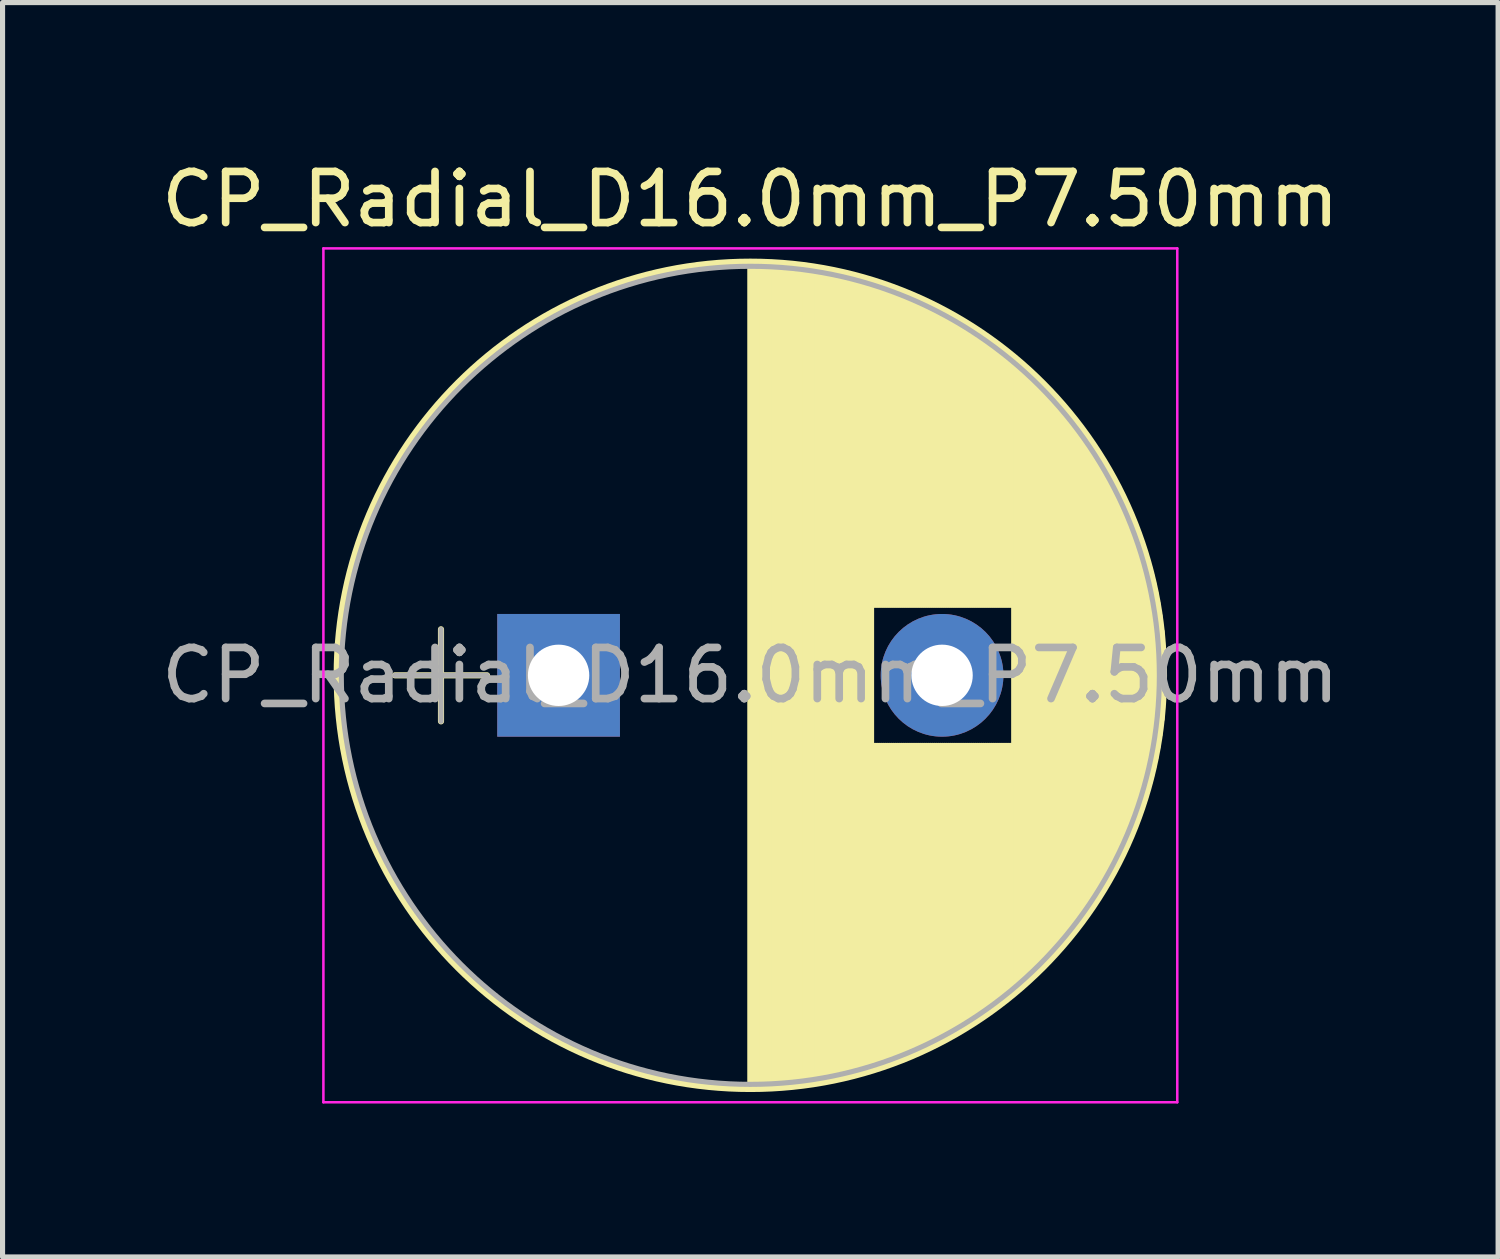
<source format=kicad_pcb>
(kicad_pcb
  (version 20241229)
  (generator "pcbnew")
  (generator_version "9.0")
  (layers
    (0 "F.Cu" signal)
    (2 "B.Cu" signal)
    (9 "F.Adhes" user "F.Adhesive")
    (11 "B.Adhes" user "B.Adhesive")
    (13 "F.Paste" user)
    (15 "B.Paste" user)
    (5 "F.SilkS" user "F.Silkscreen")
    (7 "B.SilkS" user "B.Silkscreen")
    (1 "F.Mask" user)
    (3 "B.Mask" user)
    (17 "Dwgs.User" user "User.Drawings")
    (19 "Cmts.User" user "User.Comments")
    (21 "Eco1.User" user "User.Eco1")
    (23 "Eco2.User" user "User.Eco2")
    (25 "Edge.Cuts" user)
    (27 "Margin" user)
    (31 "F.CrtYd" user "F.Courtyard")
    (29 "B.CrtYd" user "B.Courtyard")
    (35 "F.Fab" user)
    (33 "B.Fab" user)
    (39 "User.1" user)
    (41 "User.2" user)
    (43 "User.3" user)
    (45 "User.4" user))
  (footprint "CP_Radial_D16.0mm_P7.50mm"
    (layer "F.Cu")
    (at 7.875 10.158)
    (property "Reference" "CP_Radial_D16.0mm_P7.50mm" (at 3.75 -9.31 0) (layer "F.SilkS") (effects (font (size 1 1) (thickness 0.15))))
    (attr through_hole)
    (fp_line (start -3.2 0) (end -1.4 0) (stroke (width 0.12) (type solid)) (layer "F.SilkS"))
    (fp_line (start -2.3 -0.9) (end -2.3 0.9) (stroke (width 0.12) (type solid)) (layer "F.SilkS"))
    (fp_line (start 3.75 -8.051) (end 3.75 8.051) (stroke (width 0.12) (type solid)) (layer "F.SilkS"))
    (fp_line (start 3.79 -8.05) (end 3.79 8.05) (stroke (width 0.12) (type solid)) (layer "F.SilkS"))
    (fp_line (start 3.83 -8.05) (end 3.83 8.05) (stroke (width 0.12) (type solid)) (layer "F.SilkS"))
    (fp_line (start 3.87 -8.05) (end 3.87 8.05) (stroke (width 0.12) (type solid)) (layer "F.SilkS"))
    (fp_line (start 3.91 -8.049) (end 3.91 8.049) (stroke (width 0.12) (type solid)) (layer "F.SilkS"))
    (fp_line (start 3.95 -8.048) (end 3.95 8.048) (stroke (width 0.12) (type solid)) (layer "F.SilkS"))
    (fp_line (start 3.99 -8.047) (end 3.99 8.047) (stroke (width 0.12) (type solid)) (layer "F.SilkS"))
    (fp_line (start 4.03 -8.046) (end 4.03 8.046) (stroke (width 0.12) (type solid)) (layer "F.SilkS"))
    (fp_line (start 4.07 -8.044) (end 4.07 8.044) (stroke (width 0.12) (type solid)) (layer "F.SilkS"))
    (fp_line (start 4.11 -8.042) (end 4.11 8.042) (stroke (width 0.12) (type solid)) (layer "F.SilkS"))
    (fp_line (start 4.15 -8.041) (end 4.15 8.041) (stroke (width 0.12) (type solid)) (layer "F.SilkS"))
    (fp_line (start 4.19 -8.039) (end 4.19 8.039) (stroke (width 0.12) (type solid)) (layer "F.SilkS"))
    (fp_line (start 4.23 -8.036) (end 4.23 8.036) (stroke (width 0.12) (type solid)) (layer "F.SilkS"))
    (fp_line (start 4.27 -8.034) (end 4.27 8.034) (stroke (width 0.12) (type solid)) (layer "F.SilkS"))
    (fp_line (start 4.31 -8.031) (end 4.31 8.031) (stroke (width 0.12) (type solid)) (layer "F.SilkS"))
    (fp_line (start 4.35 -8.028) (end 4.35 8.028) (stroke (width 0.12) (type solid)) (layer "F.SilkS"))
    (fp_line (start 4.39 -8.025) (end 4.39 8.025) (stroke (width 0.12) (type solid)) (layer "F.SilkS"))
    (fp_line (start 4.43 -8.022) (end 4.43 8.022) (stroke (width 0.12) (type solid)) (layer "F.SilkS"))
    (fp_line (start 4.471 -8.018) (end 4.471 8.018) (stroke (width 0.12) (type solid)) (layer "F.SilkS"))
    (fp_line (start 4.511 -8.015) (end 4.511 8.015) (stroke (width 0.12) (type solid)) (layer "F.SilkS"))
    (fp_line (start 4.551 -8.011) (end 4.551 8.011) (stroke (width 0.12) (type solid)) (layer "F.SilkS"))
    (fp_line (start 4.591 -8.007) (end 4.591 8.007) (stroke (width 0.12) (type solid)) (layer "F.SilkS"))
    (fp_line (start 4.631 -8.002) (end 4.631 8.002) (stroke (width 0.12) (type solid)) (layer "F.SilkS"))
    (fp_line (start 4.671 -7.998) (end 4.671 7.998) (stroke (width 0.12) (type solid)) (layer "F.SilkS"))
    (fp_line (start 4.711 -7.993) (end 4.711 7.993) (stroke (width 0.12) (type solid)) (layer "F.SilkS"))
    (fp_line (start 4.751 -7.988) (end 4.751 7.988) (stroke (width 0.12) (type solid)) (layer "F.SilkS"))
    (fp_line (start 4.791 -7.983) (end 4.791 7.983) (stroke (width 0.12) (type solid)) (layer "F.SilkS"))
    (fp_line (start 4.831 -7.978) (end 4.831 7.978) (stroke (width 0.12) (type solid)) (layer "F.SilkS"))
    (fp_line (start 4.871 -7.973) (end 4.871 7.973) (stroke (width 0.12) (type solid)) (layer "F.SilkS"))
    (fp_line (start 4.911 -7.967) (end 4.911 7.967) (stroke (width 0.12) (type solid)) (layer "F.SilkS"))
    (fp_line (start 4.951 -7.961) (end 4.951 7.961) (stroke (width 0.12) (type solid)) (layer "F.SilkS"))
    (fp_line (start 4.991 -7.955) (end 4.991 7.955) (stroke (width 0.12) (type solid)) (layer "F.SilkS"))
    (fp_line (start 5.031 -7.949) (end 5.031 7.949) (stroke (width 0.12) (type solid)) (layer "F.SilkS"))
    (fp_line (start 5.071 -7.942) (end 5.071 7.942) (stroke (width 0.12) (type solid)) (layer "F.SilkS"))
    (fp_line (start 5.111 -7.935) (end 5.111 7.935) (stroke (width 0.12) (type solid)) (layer "F.SilkS"))
    (fp_line (start 5.151 -7.928) (end 5.151 7.928) (stroke (width 0.12) (type solid)) (layer "F.SilkS"))
    (fp_line (start 5.191 -7.921) (end 5.191 7.921) (stroke (width 0.12) (type solid)) (layer "F.SilkS"))
    (fp_line (start 5.231 -7.914) (end 5.231 7.914) (stroke (width 0.12) (type solid)) (layer "F.SilkS"))
    (fp_line (start 5.271 -7.906) (end 5.271 7.906) (stroke (width 0.12) (type solid)) (layer "F.SilkS"))
    (fp_line (start 5.311 -7.899) (end 5.311 7.899) (stroke (width 0.12) (type solid)) (layer "F.SilkS"))
    (fp_line (start 5.351 -7.891) (end 5.351 7.891) (stroke (width 0.12) (type solid)) (layer "F.SilkS"))
    (fp_line (start 5.391 -7.883) (end 5.391 7.883) (stroke (width 0.12) (type solid)) (layer "F.SilkS"))
    (fp_line (start 5.431 -7.874) (end 5.431 7.874) (stroke (width 0.12) (type solid)) (layer "F.SilkS"))
    (fp_line (start 5.471 -7.866) (end 5.471 7.866) (stroke (width 0.12) (type solid)) (layer "F.SilkS"))
    (fp_line (start 5.511 -7.857) (end 5.511 7.857) (stroke (width 0.12) (type solid)) (layer "F.SilkS"))
    (fp_line (start 5.551 -7.848) (end 5.551 7.848) (stroke (width 0.12) (type solid)) (layer "F.SilkS"))
    (fp_line (start 5.591 -7.838) (end 5.591 7.838) (stroke (width 0.12) (type solid)) (layer "F.SilkS"))
    (fp_line (start 5.631 -7.829) (end 5.631 7.829) (stroke (width 0.12) (type solid)) (layer "F.SilkS"))
    (fp_line (start 5.671 -7.819) (end 5.671 7.819) (stroke (width 0.12) (type solid)) (layer "F.SilkS"))
    (fp_line (start 5.711 -7.809) (end 5.711 7.809) (stroke (width 0.12) (type solid)) (layer "F.SilkS"))
    (fp_line (start 5.751 -7.799) (end 5.751 7.799) (stroke (width 0.12) (type solid)) (layer "F.SilkS"))
    (fp_line (start 5.791 -7.789) (end 5.791 7.789) (stroke (width 0.12) (type solid)) (layer "F.SilkS"))
    (fp_line (start 5.831 -7.779) (end 5.831 7.779) (stroke (width 0.12) (type solid)) (layer "F.SilkS"))
    (fp_line (start 5.871 -7.768) (end 5.871 7.768) (stroke (width 0.12) (type solid)) (layer "F.SilkS"))
    (fp_line (start 5.911 -7.757) (end 5.911 7.757) (stroke (width 0.12) (type solid)) (layer "F.SilkS"))
    (fp_line (start 5.951 -7.746) (end 5.951 7.746) (stroke (width 0.12) (type solid)) (layer "F.SilkS"))
    (fp_line (start 5.991 -7.734) (end 5.991 7.734) (stroke (width 0.12) (type solid)) (layer "F.SilkS"))
    (fp_line (start 6.031 -7.723) (end 6.031 7.723) (stroke (width 0.12) (type solid)) (layer "F.SilkS"))
    (fp_line (start 6.071 -7.711) (end 6.071 7.711) (stroke (width 0.12) (type solid)) (layer "F.SilkS"))
    (fp_line (start 6.111 -7.699) (end 6.111 7.699) (stroke (width 0.12) (type solid)) (layer "F.SilkS"))
    (fp_line (start 6.151 -7.686) (end 6.151 -1.38) (stroke (width 0.12) (type solid)) (layer "F.SilkS"))
    (fp_line (start 6.151 1.38) (end 6.151 7.686) (stroke (width 0.12) (type solid)) (layer "F.SilkS"))
    (fp_line (start 6.191 -7.674) (end 6.191 -1.38) (stroke (width 0.12) (type solid)) (layer "F.SilkS"))
    (fp_line (start 6.191 1.38) (end 6.191 7.674) (stroke (width 0.12) (type solid)) (layer "F.SilkS"))
    (fp_line (start 6.231 -7.661) (end 6.231 -1.38) (stroke (width 0.12) (type solid)) (layer "F.SilkS"))
    (fp_line (start 6.231 1.38) (end 6.231 7.661) (stroke (width 0.12) (type solid)) (layer "F.SilkS"))
    (fp_line (start 6.271 -7.648) (end 6.271 -1.38) (stroke (width 0.12) (type solid)) (layer "F.SilkS"))
    (fp_line (start 6.271 1.38) (end 6.271 7.648) (stroke (width 0.12) (type solid)) (layer "F.SilkS"))
    (fp_line (start 6.311 -7.635) (end 6.311 -1.38) (stroke (width 0.12) (type solid)) (layer "F.SilkS"))
    (fp_line (start 6.311 1.38) (end 6.311 7.635) (stroke (width 0.12) (type solid)) (layer "F.SilkS"))
    (fp_line (start 6.351 -7.621) (end 6.351 -1.38) (stroke (width 0.12) (type solid)) (layer "F.SilkS"))
    (fp_line (start 6.351 1.38) (end 6.351 7.621) (stroke (width 0.12) (type solid)) (layer "F.SilkS"))
    (fp_line (start 6.391 -7.608) (end 6.391 -1.38) (stroke (width 0.12) (type solid)) (layer "F.SilkS"))
    (fp_line (start 6.391 1.38) (end 6.391 7.608) (stroke (width 0.12) (type solid)) (layer "F.SilkS"))
    (fp_line (start 6.431 -7.594) (end 6.431 -1.38) (stroke (width 0.12) (type solid)) (layer "F.SilkS"))
    (fp_line (start 6.431 1.38) (end 6.431 7.594) (stroke (width 0.12) (type solid)) (layer "F.SilkS"))
    (fp_line (start 6.471 -7.58) (end 6.471 -1.38) (stroke (width 0.12) (type solid)) (layer "F.SilkS"))
    (fp_line (start 6.471 1.38) (end 6.471 7.58) (stroke (width 0.12) (type solid)) (layer "F.SilkS"))
    (fp_line (start 6.511 -7.565) (end 6.511 -1.38) (stroke (width 0.12) (type solid)) (layer "F.SilkS"))
    (fp_line (start 6.511 1.38) (end 6.511 7.565) (stroke (width 0.12) (type solid)) (layer "F.SilkS"))
    (fp_line (start 6.551 -7.55) (end 6.551 -1.38) (stroke (width 0.12) (type solid)) (layer "F.SilkS"))
    (fp_line (start 6.551 1.38) (end 6.551 7.55) (stroke (width 0.12) (type solid)) (layer "F.SilkS"))
    (fp_line (start 6.591 -7.536) (end 6.591 -1.38) (stroke (width 0.12) (type solid)) (layer "F.SilkS"))
    (fp_line (start 6.591 1.38) (end 6.591 7.536) (stroke (width 0.12) (type solid)) (layer "F.SilkS"))
    (fp_line (start 6.631 -7.521) (end 6.631 -1.38) (stroke (width 0.12) (type solid)) (layer "F.SilkS"))
    (fp_line (start 6.631 1.38) (end 6.631 7.521) (stroke (width 0.12) (type solid)) (layer "F.SilkS"))
    (fp_line (start 6.671 -7.505) (end 6.671 -1.38) (stroke (width 0.12) (type solid)) (layer "F.SilkS"))
    (fp_line (start 6.671 1.38) (end 6.671 7.505) (stroke (width 0.12) (type solid)) (layer "F.SilkS"))
    (fp_line (start 6.711 -7.49) (end 6.711 -1.38) (stroke (width 0.12) (type solid)) (layer "F.SilkS"))
    (fp_line (start 6.711 1.38) (end 6.711 7.49) (stroke (width 0.12) (type solid)) (layer "F.SilkS"))
    (fp_line (start 6.751 -7.474) (end 6.751 -1.38) (stroke (width 0.12) (type solid)) (layer "F.SilkS"))
    (fp_line (start 6.751 1.38) (end 6.751 7.474) (stroke (width 0.12) (type solid)) (layer "F.SilkS"))
    (fp_line (start 6.791 -7.458) (end 6.791 -1.38) (stroke (width 0.12) (type solid)) (layer "F.SilkS"))
    (fp_line (start 6.791 1.38) (end 6.791 7.458) (stroke (width 0.12) (type solid)) (layer "F.SilkS"))
    (fp_line (start 6.831 -7.441) (end 6.831 -1.38) (stroke (width 0.12) (type solid)) (layer "F.SilkS"))
    (fp_line (start 6.831 1.38) (end 6.831 7.441) (stroke (width 0.12) (type solid)) (layer "F.SilkS"))
    (fp_line (start 6.871 -7.425) (end 6.871 -1.38) (stroke (width 0.12) (type solid)) (layer "F.SilkS"))
    (fp_line (start 6.871 1.38) (end 6.871 7.425) (stroke (width 0.12) (type solid)) (layer "F.SilkS"))
    (fp_line (start 6.911 -7.408) (end 6.911 -1.38) (stroke (width 0.12) (type solid)) (layer "F.SilkS"))
    (fp_line (start 6.911 1.38) (end 6.911 7.408) (stroke (width 0.12) (type solid)) (layer "F.SilkS"))
    (fp_line (start 6.951 -7.391) (end 6.951 -1.38) (stroke (width 0.12) (type solid)) (layer "F.SilkS"))
    (fp_line (start 6.951 1.38) (end 6.951 7.391) (stroke (width 0.12) (type solid)) (layer "F.SilkS"))
    (fp_line (start 6.991 -7.373) (end 6.991 -1.38) (stroke (width 0.12) (type solid)) (layer "F.SilkS"))
    (fp_line (start 6.991 1.38) (end 6.991 7.373) (stroke (width 0.12) (type solid)) (layer "F.SilkS"))
    (fp_line (start 7.031 -7.356) (end 7.031 -1.38) (stroke (width 0.12) (type solid)) (layer "F.SilkS"))
    (fp_line (start 7.031 1.38) (end 7.031 7.356) (stroke (width 0.12) (type solid)) (layer "F.SilkS"))
    (fp_line (start 7.071 -7.338) (end 7.071 -1.38) (stroke (width 0.12) (type solid)) (layer "F.SilkS"))
    (fp_line (start 7.071 1.38) (end 7.071 7.338) (stroke (width 0.12) (type solid)) (layer "F.SilkS"))
    (fp_line (start 7.111 -7.32) (end 7.111 -1.38) (stroke (width 0.12) (type solid)) (layer "F.SilkS"))
    (fp_line (start 7.111 1.38) (end 7.111 7.32) (stroke (width 0.12) (type solid)) (layer "F.SilkS"))
    (fp_line (start 7.151 -7.301) (end 7.151 -1.38) (stroke (width 0.12) (type solid)) (layer "F.SilkS"))
    (fp_line (start 7.151 1.38) (end 7.151 7.301) (stroke (width 0.12) (type solid)) (layer "F.SilkS"))
    (fp_line (start 7.191 -7.283) (end 7.191 -1.38) (stroke (width 0.12) (type solid)) (layer "F.SilkS"))
    (fp_line (start 7.191 1.38) (end 7.191 7.283) (stroke (width 0.12) (type solid)) (layer "F.SilkS"))
    (fp_line (start 7.231 -7.264) (end 7.231 -1.38) (stroke (width 0.12) (type solid)) (layer "F.SilkS"))
    (fp_line (start 7.231 1.38) (end 7.231 7.264) (stroke (width 0.12) (type solid)) (layer "F.SilkS"))
    (fp_line (start 7.271 -7.245) (end 7.271 -1.38) (stroke (width 0.12) (type solid)) (layer "F.SilkS"))
    (fp_line (start 7.271 1.38) (end 7.271 7.245) (stroke (width 0.12) (type solid)) (layer "F.SilkS"))
    (fp_line (start 7.311 -7.225) (end 7.311 -1.38) (stroke (width 0.12) (type solid)) (layer "F.SilkS"))
    (fp_line (start 7.311 1.38) (end 7.311 7.225) (stroke (width 0.12) (type solid)) (layer "F.SilkS"))
    (fp_line (start 7.351 -7.205) (end 7.351 -1.38) (stroke (width 0.12) (type solid)) (layer "F.SilkS"))
    (fp_line (start 7.351 1.38) (end 7.351 7.205) (stroke (width 0.12) (type solid)) (layer "F.SilkS"))
    (fp_line (start 7.391 -7.185) (end 7.391 -1.38) (stroke (width 0.12) (type solid)) (layer "F.SilkS"))
    (fp_line (start 7.391 1.38) (end 7.391 7.185) (stroke (width 0.12) (type solid)) (layer "F.SilkS"))
    (fp_line (start 7.431 -7.165) (end 7.431 -1.38) (stroke (width 0.12) (type solid)) (layer "F.SilkS"))
    (fp_line (start 7.431 1.38) (end 7.431 7.165) (stroke (width 0.12) (type solid)) (layer "F.SilkS"))
    (fp_line (start 7.471 -7.144) (end 7.471 -1.38) (stroke (width 0.12) (type solid)) (layer "F.SilkS"))
    (fp_line (start 7.471 1.38) (end 7.471 7.144) (stroke (width 0.12) (type solid)) (layer "F.SilkS"))
    (fp_line (start 7.511 -7.124) (end 7.511 -1.38) (stroke (width 0.12) (type solid)) (layer "F.SilkS"))
    (fp_line (start 7.511 1.38) (end 7.511 7.124) (stroke (width 0.12) (type solid)) (layer "F.SilkS"))
    (fp_line (start 7.551 -7.102) (end 7.551 -1.38) (stroke (width 0.12) (type solid)) (layer "F.SilkS"))
    (fp_line (start 7.551 1.38) (end 7.551 7.102) (stroke (width 0.12) (type solid)) (layer "F.SilkS"))
    (fp_line (start 7.591 -7.081) (end 7.591 -1.38) (stroke (width 0.12) (type solid)) (layer "F.SilkS"))
    (fp_line (start 7.591 1.38) (end 7.591 7.081) (stroke (width 0.12) (type solid)) (layer "F.SilkS"))
    (fp_line (start 7.631 -7.059) (end 7.631 -1.38) (stroke (width 0.12) (type solid)) (layer "F.SilkS"))
    (fp_line (start 7.631 1.38) (end 7.631 7.059) (stroke (width 0.12) (type solid)) (layer "F.SilkS"))
    (fp_line (start 7.671 -7.037) (end 7.671 -1.38) (stroke (width 0.12) (type solid)) (layer "F.SilkS"))
    (fp_line (start 7.671 1.38) (end 7.671 7.037) (stroke (width 0.12) (type solid)) (layer "F.SilkS"))
    (fp_line (start 7.711 -7.015) (end 7.711 -1.38) (stroke (width 0.12) (type solid)) (layer "F.SilkS"))
    (fp_line (start 7.711 1.38) (end 7.711 7.015) (stroke (width 0.12) (type solid)) (layer "F.SilkS"))
    (fp_line (start 7.751 -6.992) (end 7.751 -1.38) (stroke (width 0.12) (type solid)) (layer "F.SilkS"))
    (fp_line (start 7.751 1.38) (end 7.751 6.992) (stroke (width 0.12) (type solid)) (layer "F.SilkS"))
    (fp_line (start 7.791 -6.97) (end 7.791 -1.38) (stroke (width 0.12) (type solid)) (layer "F.SilkS"))
    (fp_line (start 7.791 1.38) (end 7.791 6.97) (stroke (width 0.12) (type solid)) (layer "F.SilkS"))
    (fp_line (start 7.831 -6.946) (end 7.831 -1.38) (stroke (width 0.12) (type solid)) (layer "F.SilkS"))
    (fp_line (start 7.831 1.38) (end 7.831 6.946) (stroke (width 0.12) (type solid)) (layer "F.SilkS"))
    (fp_line (start 7.871 -6.923) (end 7.871 -1.38) (stroke (width 0.12) (type solid)) (layer "F.SilkS"))
    (fp_line (start 7.871 1.38) (end 7.871 6.923) (stroke (width 0.12) (type solid)) (layer "F.SilkS"))
    (fp_line (start 7.911 -6.899) (end 7.911 -1.38) (stroke (width 0.12) (type solid)) (layer "F.SilkS"))
    (fp_line (start 7.911 1.38) (end 7.911 6.899) (stroke (width 0.12) (type solid)) (layer "F.SilkS"))
    (fp_line (start 7.951 -6.875) (end 7.951 -1.38) (stroke (width 0.12) (type solid)) (layer "F.SilkS"))
    (fp_line (start 7.951 1.38) (end 7.951 6.875) (stroke (width 0.12) (type solid)) (layer "F.SilkS"))
    (fp_line (start 7.991 -6.85) (end 7.991 -1.38) (stroke (width 0.12) (type solid)) (layer "F.SilkS"))
    (fp_line (start 7.991 1.38) (end 7.991 6.85) (stroke (width 0.12) (type solid)) (layer "F.SilkS"))
    (fp_line (start 8.031 -6.826) (end 8.031 -1.38) (stroke (width 0.12) (type solid)) (layer "F.SilkS"))
    (fp_line (start 8.031 1.38) (end 8.031 6.826) (stroke (width 0.12) (type solid)) (layer "F.SilkS"))
    (fp_line (start 8.071 -6.801) (end 8.071 -1.38) (stroke (width 0.12) (type solid)) (layer "F.SilkS"))
    (fp_line (start 8.071 1.38) (end 8.071 6.801) (stroke (width 0.12) (type solid)) (layer "F.SilkS"))
    (fp_line (start 8.111 -6.775) (end 8.111 -1.38) (stroke (width 0.12) (type solid)) (layer "F.SilkS"))
    (fp_line (start 8.111 1.38) (end 8.111 6.775) (stroke (width 0.12) (type solid)) (layer "F.SilkS"))
    (fp_line (start 8.151 -6.749) (end 8.151 -1.38) (stroke (width 0.12) (type solid)) (layer "F.SilkS"))
    (fp_line (start 8.151 1.38) (end 8.151 6.749) (stroke (width 0.12) (type solid)) (layer "F.SilkS"))
    (fp_line (start 8.191 -6.723) (end 8.191 -1.38) (stroke (width 0.12) (type solid)) (layer "F.SilkS"))
    (fp_line (start 8.191 1.38) (end 8.191 6.723) (stroke (width 0.12) (type solid)) (layer "F.SilkS"))
    (fp_line (start 8.231 -6.697) (end 8.231 -1.38) (stroke (width 0.12) (type solid)) (layer "F.SilkS"))
    (fp_line (start 8.231 1.38) (end 8.231 6.697) (stroke (width 0.12) (type solid)) (layer "F.SilkS"))
    (fp_line (start 8.271 -6.67) (end 8.271 -1.38) (stroke (width 0.12) (type solid)) (layer "F.SilkS"))
    (fp_line (start 8.271 1.38) (end 8.271 6.67) (stroke (width 0.12) (type solid)) (layer "F.SilkS"))
    (fp_line (start 8.311 -6.643) (end 8.311 -1.38) (stroke (width 0.12) (type solid)) (layer "F.SilkS"))
    (fp_line (start 8.311 1.38) (end 8.311 6.643) (stroke (width 0.12) (type solid)) (layer "F.SilkS"))
    (fp_line (start 8.351 -6.615) (end 8.351 -1.38) (stroke (width 0.12) (type solid)) (layer "F.SilkS"))
    (fp_line (start 8.351 1.38) (end 8.351 6.615) (stroke (width 0.12) (type solid)) (layer "F.SilkS"))
    (fp_line (start 8.391 -6.588) (end 8.391 -1.38) (stroke (width 0.12) (type solid)) (layer "F.SilkS"))
    (fp_line (start 8.391 1.38) (end 8.391 6.588) (stroke (width 0.12) (type solid)) (layer "F.SilkS"))
    (fp_line (start 8.431 -6.559) (end 8.431 -1.38) (stroke (width 0.12) (type solid)) (layer "F.SilkS"))
    (fp_line (start 8.431 1.38) (end 8.431 6.559) (stroke (width 0.12) (type solid)) (layer "F.SilkS"))
    (fp_line (start 8.471 -6.531) (end 8.471 -1.38) (stroke (width 0.12) (type solid)) (layer "F.SilkS"))
    (fp_line (start 8.471 1.38) (end 8.471 6.531) (stroke (width 0.12) (type solid)) (layer "F.SilkS"))
    (fp_line (start 8.511 -6.502) (end 8.511 -1.38) (stroke (width 0.12) (type solid)) (layer "F.SilkS"))
    (fp_line (start 8.511 1.38) (end 8.511 6.502) (stroke (width 0.12) (type solid)) (layer "F.SilkS"))
    (fp_line (start 8.551 -6.473) (end 8.551 -1.38) (stroke (width 0.12) (type solid)) (layer "F.SilkS"))
    (fp_line (start 8.551 1.38) (end 8.551 6.473) (stroke (width 0.12) (type solid)) (layer "F.SilkS"))
    (fp_line (start 8.591 -6.443) (end 8.591 -1.38) (stroke (width 0.12) (type solid)) (layer "F.SilkS"))
    (fp_line (start 8.591 1.38) (end 8.591 6.443) (stroke (width 0.12) (type solid)) (layer "F.SilkS"))
    (fp_line (start 8.631 -6.413) (end 8.631 -1.38) (stroke (width 0.12) (type solid)) (layer "F.SilkS"))
    (fp_line (start 8.631 1.38) (end 8.631 6.413) (stroke (width 0.12) (type solid)) (layer "F.SilkS"))
    (fp_line (start 8.671 -6.382) (end 8.671 -1.38) (stroke (width 0.12) (type solid)) (layer "F.SilkS"))
    (fp_line (start 8.671 1.38) (end 8.671 6.382) (stroke (width 0.12) (type solid)) (layer "F.SilkS"))
    (fp_line (start 8.711 -6.352) (end 8.711 -1.38) (stroke (width 0.12) (type solid)) (layer "F.SilkS"))
    (fp_line (start 8.711 1.38) (end 8.711 6.352) (stroke (width 0.12) (type solid)) (layer "F.SilkS"))
    (fp_line (start 8.751 -6.32) (end 8.751 -1.38) (stroke (width 0.12) (type solid)) (layer "F.SilkS"))
    (fp_line (start 8.751 1.38) (end 8.751 6.32) (stroke (width 0.12) (type solid)) (layer "F.SilkS"))
    (fp_line (start 8.791 -6.289) (end 8.791 -1.38) (stroke (width 0.12) (type solid)) (layer "F.SilkS"))
    (fp_line (start 8.791 1.38) (end 8.791 6.289) (stroke (width 0.12) (type solid)) (layer "F.SilkS"))
    (fp_line (start 8.831 -6.257) (end 8.831 -1.38) (stroke (width 0.12) (type solid)) (layer "F.SilkS"))
    (fp_line (start 8.831 1.38) (end 8.831 6.257) (stroke (width 0.12) (type solid)) (layer "F.SilkS"))
    (fp_line (start 8.871 -6.224) (end 8.871 -1.38) (stroke (width 0.12) (type solid)) (layer "F.SilkS"))
    (fp_line (start 8.871 1.38) (end 8.871 6.224) (stroke (width 0.12) (type solid)) (layer "F.SilkS"))
    (fp_line (start 8.911 -6.191) (end 8.911 6.191) (stroke (width 0.12) (type solid)) (layer "F.SilkS"))
    (fp_line (start 8.951 -6.158) (end 8.951 6.158) (stroke (width 0.12) (type solid)) (layer "F.SilkS"))
    (fp_line (start 8.991 -6.124) (end 8.991 6.124) (stroke (width 0.12) (type solid)) (layer "F.SilkS"))
    (fp_line (start 9.031 -6.09) (end 9.031 6.09) (stroke (width 0.12) (type solid)) (layer "F.SilkS"))
    (fp_line (start 9.071 -6.055) (end 9.071 6.055) (stroke (width 0.12) (type solid)) (layer "F.SilkS"))
    (fp_line (start 9.111 -6.02) (end 9.111 6.02) (stroke (width 0.12) (type solid)) (layer "F.SilkS"))
    (fp_line (start 9.151 -5.984) (end 9.151 5.984) (stroke (width 0.12) (type solid)) (layer "F.SilkS"))
    (fp_line (start 9.191 -5.948) (end 9.191 5.948) (stroke (width 0.12) (type solid)) (layer "F.SilkS"))
    (fp_line (start 9.231 -5.912) (end 9.231 5.912) (stroke (width 0.12) (type solid)) (layer "F.SilkS"))
    (fp_line (start 9.271 -5.875) (end 9.271 5.875) (stroke (width 0.12) (type solid)) (layer "F.SilkS"))
    (fp_line (start 9.311 -5.837) (end 9.311 5.837) (stroke (width 0.12) (type solid)) (layer "F.SilkS"))
    (fp_line (start 9.351 -5.799) (end 9.351 5.799) (stroke (width 0.12) (type solid)) (layer "F.SilkS"))
    (fp_line (start 9.391 -5.76) (end 9.391 5.76) (stroke (width 0.12) (type solid)) (layer "F.SilkS"))
    (fp_line (start 9.431 -5.721) (end 9.431 5.721) (stroke (width 0.12) (type solid)) (layer "F.SilkS"))
    (fp_line (start 9.471 -5.681) (end 9.471 5.681) (stroke (width 0.12) (type solid)) (layer "F.SilkS"))
    (fp_line (start 9.511 -5.641) (end 9.511 5.641) (stroke (width 0.12) (type solid)) (layer "F.SilkS"))
    (fp_line (start 9.551 -5.6) (end 9.551 5.6) (stroke (width 0.12) (type solid)) (layer "F.SilkS"))
    (fp_line (start 9.591 -5.559) (end 9.591 5.559) (stroke (width 0.12) (type solid)) (layer "F.SilkS"))
    (fp_line (start 9.631 -5.517) (end 9.631 5.517) (stroke (width 0.12) (type solid)) (layer "F.SilkS"))
    (fp_line (start 9.671 -5.474) (end 9.671 5.474) (stroke (width 0.12) (type solid)) (layer "F.SilkS"))
    (fp_line (start 9.711 -5.431) (end 9.711 5.431) (stroke (width 0.12) (type solid)) (layer "F.SilkS"))
    (fp_line (start 9.751 -5.387) (end 9.751 5.387) (stroke (width 0.12) (type solid)) (layer "F.SilkS"))
    (fp_line (start 9.791 -5.343) (end 9.791 5.343) (stroke (width 0.12) (type solid)) (layer "F.SilkS"))
    (fp_line (start 9.831 -5.297) (end 9.831 5.297) (stroke (width 0.12) (type solid)) (layer "F.SilkS"))
    (fp_line (start 9.871 -5.251) (end 9.871 5.251) (stroke (width 0.12) (type solid)) (layer "F.SilkS"))
    (fp_line (start 9.911 -5.205) (end 9.911 5.205) (stroke (width 0.12) (type solid)) (layer "F.SilkS"))
    (fp_line (start 9.951 -5.157) (end 9.951 5.157) (stroke (width 0.12) (type solid)) (layer "F.SilkS"))
    (fp_line (start 9.991 -5.109) (end 9.991 5.109) (stroke (width 0.12) (type solid)) (layer "F.SilkS"))
    (fp_line (start 10.031 -5.06) (end 10.031 5.06) (stroke (width 0.12) (type solid)) (layer "F.SilkS"))
    (fp_line (start 10.071 -5.011) (end 10.071 5.011) (stroke (width 0.12) (type solid)) (layer "F.SilkS"))
    (fp_line (start 10.111 -4.96) (end 10.111 4.96) (stroke (width 0.12) (type solid)) (layer "F.SilkS"))
    (fp_line (start 10.151 -4.909) (end 10.151 4.909) (stroke (width 0.12) (type solid)) (layer "F.SilkS"))
    (fp_line (start 10.191 -4.857) (end 10.191 4.857) (stroke (width 0.12) (type solid)) (layer "F.SilkS"))
    (fp_line (start 10.231 -4.804) (end 10.231 4.804) (stroke (width 0.12) (type solid)) (layer "F.SilkS"))
    (fp_line (start 10.271 -4.75) (end 10.271 4.75) (stroke (width 0.12) (type solid)) (layer "F.SilkS"))
    (fp_line (start 10.311 -4.695) (end 10.311 4.695) (stroke (width 0.12) (type solid)) (layer "F.SilkS"))
    (fp_line (start 10.351 -4.639) (end 10.351 4.639) (stroke (width 0.12) (type solid)) (layer "F.SilkS"))
    (fp_line (start 10.391 -4.582) (end 10.391 4.582) (stroke (width 0.12) (type solid)) (layer "F.SilkS"))
    (fp_line (start 10.431 -4.524) (end 10.431 4.524) (stroke (width 0.12) (type solid)) (layer "F.SilkS"))
    (fp_line (start 10.471 -4.465) (end 10.471 4.465) (stroke (width 0.12) (type solid)) (layer "F.SilkS"))
    (fp_line (start 10.511 -4.405) (end 10.511 4.405) (stroke (width 0.12) (type solid)) (layer "F.SilkS"))
    (fp_line (start 10.551 -4.343) (end 10.551 4.343) (stroke (width 0.12) (type solid)) (layer "F.SilkS"))
    (fp_line (start 10.591 -4.281) (end 10.591 4.281) (stroke (width 0.12) (type solid)) (layer "F.SilkS"))
    (fp_line (start 10.631 -4.217) (end 10.631 4.217) (stroke (width 0.12) (type solid)) (layer "F.SilkS"))
    (fp_line (start 10.671 -4.151) (end 10.671 4.151) (stroke (width 0.12) (type solid)) (layer "F.SilkS"))
    (fp_line (start 10.711 -4.084) (end 10.711 4.084) (stroke (width 0.12) (type solid)) (layer "F.SilkS"))
    (fp_line (start 10.751 -4.016) (end 10.751 4.016) (stroke (width 0.12) (type solid)) (layer "F.SilkS"))
    (fp_line (start 10.791 -3.946) (end 10.791 3.946) (stroke (width 0.12) (type solid)) (layer "F.SilkS"))
    (fp_line (start 10.831 -3.875) (end 10.831 3.875) (stroke (width 0.12) (type solid)) (layer "F.SilkS"))
    (fp_line (start 10.871 -3.802) (end 10.871 3.802) (stroke (width 0.12) (type solid)) (layer "F.SilkS"))
    (fp_line (start 10.911 -3.726) (end 10.911 3.726) (stroke (width 0.12) (type solid)) (layer "F.SilkS"))
    (fp_line (start 10.951 -3.649) (end 10.951 3.649) (stroke (width 0.12) (type solid)) (layer "F.SilkS"))
    (fp_line (start 10.991 -3.57) (end 10.991 3.57) (stroke (width 0.12) (type solid)) (layer "F.SilkS"))
    (fp_line (start 11.031 -3.489) (end 11.031 3.489) (stroke (width 0.12) (type solid)) (layer "F.SilkS"))
    (fp_line (start 11.071 -3.405) (end 11.071 3.405) (stroke (width 0.12) (type solid)) (layer "F.SilkS"))
    (fp_line (start 11.111 -3.319) (end 11.111 3.319) (stroke (width 0.12) (type solid)) (layer "F.SilkS"))
    (fp_line (start 11.151 -3.23) (end 11.151 3.23) (stroke (width 0.12) (type solid)) (layer "F.SilkS"))
    (fp_line (start 11.191 -3.138) (end 11.191 3.138) (stroke (width 0.12) (type solid)) (layer "F.SilkS"))
    (fp_line (start 11.231 -3.042) (end 11.231 3.042) (stroke (width 0.12) (type solid)) (layer "F.SilkS"))
    (fp_line (start 11.271 -2.943) (end 11.271 2.943) (stroke (width 0.12) (type solid)) (layer "F.SilkS"))
    (fp_line (start 11.311 -2.841) (end 11.311 2.841) (stroke (width 0.12) (type solid)) (layer "F.SilkS"))
    (fp_line (start 11.351 -2.733) (end 11.351 2.733) (stroke (width 0.12) (type solid)) (layer "F.SilkS"))
    (fp_line (start 11.391 -2.621) (end 11.391 2.621) (stroke (width 0.12) (type solid)) (layer "F.SilkS"))
    (fp_line (start 11.431 -2.503) (end 11.431 2.503) (stroke (width 0.12) (type solid)) (layer "F.SilkS"))
    (fp_line (start 11.471 -2.379) (end 11.471 2.379) (stroke (width 0.12) (type solid)) (layer "F.SilkS"))
    (fp_line (start 11.511 -2.248) (end 11.511 2.248) (stroke (width 0.12) (type solid)) (layer "F.SilkS"))
    (fp_line (start 11.551 -2.107) (end 11.551 2.107) (stroke (width 0.12) (type solid)) (layer "F.SilkS"))
    (fp_line (start 11.591 -1.956) (end 11.591 1.956) (stroke (width 0.12) (type solid)) (layer "F.SilkS"))
    (fp_line (start 11.631 -1.792) (end 11.631 1.792) (stroke (width 0.12) (type solid)) (layer "F.SilkS"))
    (fp_line (start 11.671 -1.61) (end 11.671 1.61) (stroke (width 0.12) (type solid)) (layer "F.SilkS"))
    (fp_line (start 11.711 -1.405) (end 11.711 1.405) (stroke (width 0.12) (type solid)) (layer "F.SilkS"))
    (fp_line (start 11.751 -1.164) (end 11.751 1.164) (stroke (width 0.12) (type solid)) (layer "F.SilkS"))
    (fp_line (start 11.791 -0.859) (end 11.791 0.859) (stroke (width 0.12) (type solid)) (layer "F.SilkS"))
    (fp_line (start 11.831 -0.363) (end 11.831 0.363) (stroke (width 0.12) (type solid)) (layer "F.SilkS"))
    (fp_circle (center 3.75 0) (end 11.84 0) (stroke (width 0.12) (type solid)) (fill no) (layer "F.SilkS"))
    (fp_line (start -4.6 -8.35) (end -4.6 8.35) (stroke (width 0.05) (type solid)) (layer "F.CrtYd"))
    (fp_line (start -4.6 8.35) (end 12.1 8.35) (stroke (width 0.05) (type solid)) (layer "F.CrtYd"))
    (fp_line (start 12.1 -8.35) (end -4.6 -8.35) (stroke (width 0.05) (type solid)) (layer "F.CrtYd"))
    (fp_line (start 12.1 8.35) (end 12.1 -8.35) (stroke (width 0.05) (type solid)) (layer "F.CrtYd"))
    (fp_line (start -3.2 0) (end -1.4 0) (stroke (width 0.1) (type solid)) (layer "F.Fab"))
    (fp_line (start -2.3 -0.9) (end -2.3 0.9) (stroke (width 0.1) (type solid)) (layer "F.Fab"))
    (fp_circle (center 3.75 0) (end 11.75 0) (stroke (width 0.1) (type solid)) (fill no) (layer "F.Fab"))
    (fp_text user "${REFERENCE}" (at 3.75 0 0) (layer "F.Fab") (effects (font (size 1 1) (thickness 0.15))))
    (pad "1" thru_hole rect (at 0 0) (size 2.4 2.4) (drill 1.2) (layers "*.Cu" "*.Mask"))
    (pad "2" thru_hole circle (at 7.5 0) (size 2.4 2.4) (drill 1.2) (layers "*.Cu" "*.Mask")))
  (gr_rect
    (start -3 -3)
    (end 26.25 21.533)
    (stroke (width 0.1) (type default))
    (fill no)
    (layer "Edge.Cuts")))
</source>
